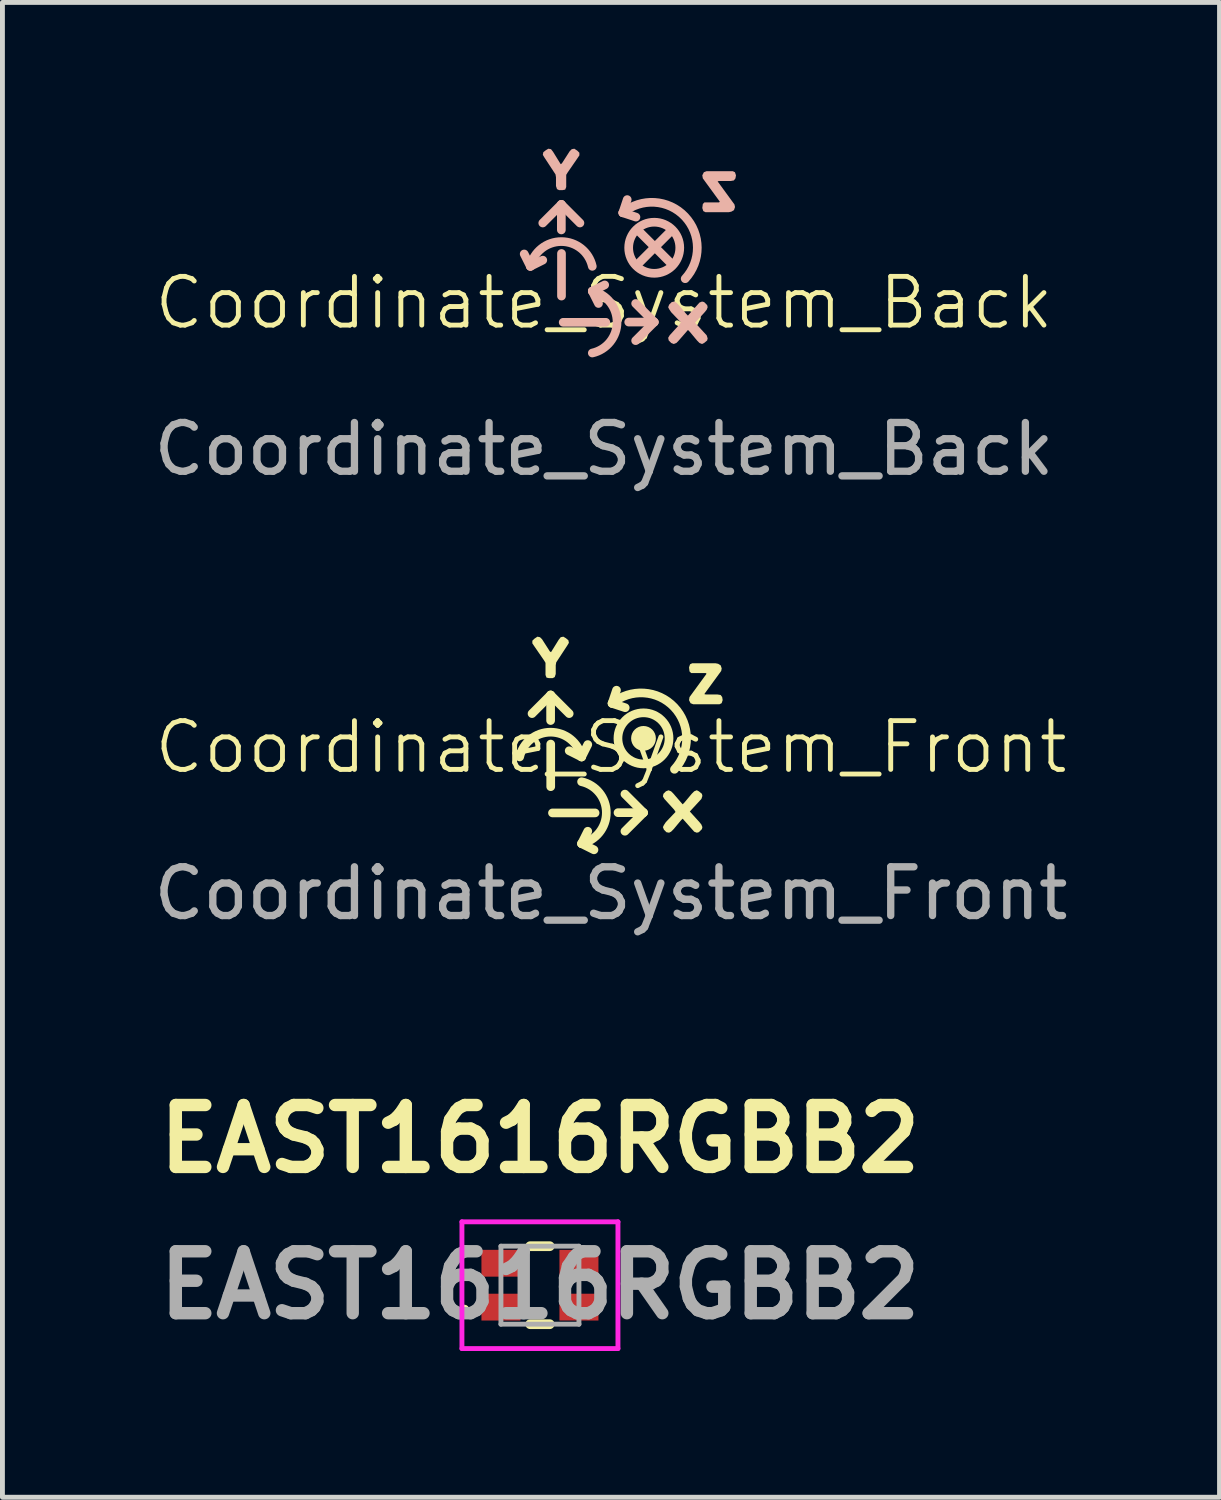
<source format=kicad_pcb>
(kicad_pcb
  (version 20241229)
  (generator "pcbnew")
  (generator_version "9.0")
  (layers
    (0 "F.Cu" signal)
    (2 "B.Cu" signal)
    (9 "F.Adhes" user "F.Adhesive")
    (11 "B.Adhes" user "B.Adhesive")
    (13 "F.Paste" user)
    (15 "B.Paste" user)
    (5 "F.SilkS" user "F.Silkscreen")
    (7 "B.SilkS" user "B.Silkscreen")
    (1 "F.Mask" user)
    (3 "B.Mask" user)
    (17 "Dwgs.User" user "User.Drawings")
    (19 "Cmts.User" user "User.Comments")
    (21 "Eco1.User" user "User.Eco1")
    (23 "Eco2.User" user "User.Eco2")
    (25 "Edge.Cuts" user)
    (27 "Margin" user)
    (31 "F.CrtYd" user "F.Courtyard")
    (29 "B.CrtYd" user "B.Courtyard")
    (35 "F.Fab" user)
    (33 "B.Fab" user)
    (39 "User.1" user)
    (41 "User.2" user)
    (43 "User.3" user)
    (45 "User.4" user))
  (footprint "EAST1616RGBB2"
    (layer "F.Cu")
    (at 8.025 23.311)
    (property "Reference" "EAST1616RGBB2" (at 0 -3 0) (layer "F.SilkS") (effects (font (size 1.27 1.27) (thickness 0.254))))
    (attr smd)
    (fp_line (start -0.2 -0.8) (end 0.2 -0.8) (stroke (width 0.2) (type solid)) (layer "F.SilkS"))
    (fp_line (start -0.2 0.8) (end 0.2 0.8) (stroke (width 0.2) (type solid)) (layer "F.SilkS"))
    (fp_arc (start -1.6 0.5) (mid -1.55 0.45) (end -1.5 0.5) (stroke (width 0.1) (type solid)) (layer "F.SilkS"))
    (fp_arc (start -1.5 0.5) (mid -1.55 0.55) (end -1.6 0.5) (stroke (width 0.1) (type solid)) (layer "F.SilkS"))
    (fp_line (start -1.6 -1.3) (end -1.6 1.3) (stroke (width 0.1) (type solid)) (layer "F.CrtYd"))
    (fp_line (start -1.6 1.3) (end 1.6 1.3) (stroke (width 0.1) (type solid)) (layer "F.CrtYd"))
    (fp_line (start 1.6 -1.3) (end -1.6 -1.3) (stroke (width 0.1) (type solid)) (layer "F.CrtYd"))
    (fp_line (start 1.6 1.3) (end 1.6 -1.3) (stroke (width 0.1) (type solid)) (layer "F.CrtYd"))
    (fp_line (start -0.8 -0.8) (end 0.8 -0.8) (stroke (width 0.1) (type solid)) (layer "F.Fab"))
    (fp_line (start -0.8 0.8) (end -0.8 -0.8) (stroke (width 0.1) (type solid)) (layer "F.Fab"))
    (fp_line (start 0.8 -0.8) (end 0.8 0.8) (stroke (width 0.1) (type solid)) (layer "F.Fab"))
    (fp_line (start 0.8 0.8) (end -0.8 0.8) (stroke (width 0.1) (type solid)) (layer "F.Fab"))
    (fp_text user "${REFERENCE}" (at 0 0 0) (layer "F.Fab") (effects (font (size 1.27 1.27) (thickness 0.254))))
    (pad "1" smd rect (at -0.8 0.45 90) (size 0.55 0.8) (layers "F.Cu" "F.Mask" "F.Paste"))
    (pad "2" smd rect (at -0.8 -0.45 90) (size 0.55 0.8) (layers "F.Cu" "F.Mask" "F.Paste"))
    (pad "3" smd rect (at 0.8 -0.45 90) (size 0.55 0.8) (layers "F.Cu" "F.Mask" "F.Paste"))
    (pad "4" smd rect (at 0.8 0.45 90) (size 0.55 0.8) (layers "F.Cu" "F.Mask" "F.Paste")))
  (footprint "Coordinate_System_Back"
    (layer "F.Cu")
    (at 9.339 3.661)
    (property "Reference" "Coordinate_System_Back" (at 0 -0.5 0) (unlocked yes) (layer "F.SilkS") (effects (font (size 1 1) (thickness 0.1))))
    (attr smd)
    (fp_line (start -1.637 -1.502) (end -1.51 -1.248) (stroke (width 0.178) (type solid)) (layer "B.SilkS"))
    (fp_line (start -1.51 -1.248) (end -1.256 -1.375) (stroke (width 0.178) (type solid)) (layer "B.SilkS"))
    (fp_line (start -0.875 -2.518) (end -1.256 -2.137) (stroke (width 0.178) (type solid)) (layer "B.SilkS"))
    (fp_line (start -0.875 -2.518) (end -0.875 -1.995) (stroke (width 0.178) (type solid)) (layer "B.SilkS"))
    (fp_line (start -0.875 -2.518) (end -0.494 -2.137) (stroke (width 0.178) (type solid)) (layer "B.SilkS"))
    (fp_line (start -0.872 -1.512) (end -0.872 -0.638) (stroke (width 0.178) (type solid)) (layer "B.SilkS"))
    (fp_line (start -0.837 -0.1) (end 0.037 -0.1) (stroke (width 0.178) (type solid)) (layer "B.SilkS"))
    (fp_line (start -0.24 -0.74) (end -0.113 -0.486) (stroke (width 0.178) (type solid)) (layer "B.SilkS"))
    (fp_line (start 0.014 -0.867) (end -0.24 -0.74) (stroke (width 0.178) (type solid)) (layer "B.SilkS"))
    (fp_line (start 0.386 -2.347) (end 0.655 -2.258) (stroke (width 0.178) (type solid)) (layer "B.SilkS"))
    (fp_line (start 0.476 -2.617) (end 0.386 -2.347) (stroke (width 0.178) (type solid)) (layer "B.SilkS"))
    (fp_line (start 0.725 -1.324) (end 1.36 -1.959) (stroke (width 0.178) (type solid)) (layer "B.SilkS"))
    (fp_line (start 1.03 -0.105) (end 0.507 -0.105) (stroke (width 0.178) (type solid)) (layer "B.SilkS"))
    (fp_line (start 1.03 -0.105) (end 0.649 -0.486) (stroke (width 0.178) (type solid)) (layer "B.SilkS"))
    (fp_line (start 1.03 -0.105) (end 0.649 0.276) (stroke (width 0.178) (type solid)) (layer "B.SilkS"))
    (fp_line (start 1.36 -1.324) (end 0.725 -1.959) (stroke (width 0.178) (type solid)) (layer "B.SilkS"))
    (fp_arc (start -1.509981 -1.248077) (mid -0.874982 -1.756078) (end -0.239981 -1.248079) (stroke (width 0.1778) (type solid)) (layer "B.SilkS"))
    (fp_arc (start -0.239983 -0.740079) (mid 0.268018 -0.10508) (end -0.239981 0.529921) (stroke (width 0.1778) (type solid)) (layer "B.SilkS"))
    (fp_arc (start 0.385995 -2.347497) (mid 1.659519 -2.26995) (end 1.665019 -0.994079) (stroke (width 0.1778) (type solid)) (layer "B.SilkS"))
    (fp_circle (center 1.03 -1.629) (end 1.554 -1.629) (stroke (width 0.178) (type solid)) (fill no) (layer "B.SilkS"))
    (fp_poly (pts (xy 2.613 -2.37) (xy 2.666 -2.401) (xy 2.687 -2.464) (xy 2.676 -2.517) (xy 2.33 -2.991) (xy 2.362 -2.999) (xy 2.602 -2.999) (xy 2.664 -3.01) (xy 2.696 -3.052) (xy 2.707 -3.115) (xy 2.686 -3.178) (xy 2.643 -3.199) (xy 2.101 -3.199) (xy 2.048 -3.178) (xy 2.016 -3.115) (xy 2.027 -3.052) (xy 2.375 -2.575) (xy 2.359 -2.559) (xy 2.059 -2.559) (xy 2.027 -2.527) (xy 2.016 -2.444) (xy 2.037 -2.381) (xy 2.08 -2.359) (xy 2.562 -2.359)) (stroke (width 0) (type default)) (fill yes) (layer "B.SilkS"))
    (fp_poly (pts (xy -0.662 -3.651) (xy -0.704 -3.609) (xy -0.864 -3.36) (xy -0.888 -3.343) (xy -1.046 -3.599) (xy -1.087 -3.651) (xy -1.141 -3.661) (xy -1.193 -3.63) (xy -1.245 -3.589) (xy -1.255 -3.535) (xy -1.224 -3.483) (xy -0.995 -3.134) (xy -0.985 -3.076) (xy -0.985 -2.895) (xy -0.964 -2.832) (xy -0.921 -2.811) (xy -0.85 -2.811) (xy -0.796 -2.822) (xy -0.775 -2.875) (xy -0.775 -3.125) (xy -0.746 -3.173) (xy -0.546 -3.463) (xy -0.505 -3.524) (xy -0.505 -3.578) (xy -0.547 -3.62) (xy -0.609 -3.661)) (stroke (width 0) (type default)) (fill yes) (layer "B.SilkS"))
    (fp_poly (pts (xy 2.054 0.324) (xy 2.116 0.272) (xy 2.126 0.229) (xy 2.106 0.167) (xy 1.868 -0.091) (xy 2.065 -0.307) (xy 2.106 -0.358) (xy 2.126 -0.41) (xy 2.116 -0.453) (xy 2.054 -0.515) (xy 2.011 -0.526) (xy 1.958 -0.505) (xy 1.721 -0.238) (xy 1.685 -0.274) (xy 1.535 -0.454) (xy 1.484 -0.505) (xy 1.442 -0.526) (xy 1.389 -0.515) (xy 1.337 -0.464) (xy 1.316 -0.41) (xy 1.337 -0.368) (xy 1.377 -0.308) (xy 1.575 -0.1) (xy 1.547 -0.054) (xy 1.347 0.166) (xy 1.316 0.218) (xy 1.327 0.272) (xy 1.378 0.324) (xy 1.431 0.345) (xy 1.484 0.324) (xy 1.525 0.283) (xy 1.722 0.057) (xy 1.758 0.093) (xy 1.908 0.273) (xy 1.958 0.324) (xy 2.011 0.345)) (stroke (width 0) (type default)) (fill yes) (layer "B.SilkS"))
    (fp_text user "${REFERENCE}" (at 0 2.5 0) (unlocked yes) (layer "F.Fab") (effects (font (size 1 1) (thickness 0.15)))))
  (footprint "Coordinate_System_Front"
    (layer "F.Cu")
    (at 9.482 12.774)
    (property "Reference" "Coordinate_System_Front" (at 0 -0.5 0) (unlocked yes) (layer "F.SilkS") (effects (font (size 1 1) (thickness 0.1))))
    (attr smd)
    (fp_line (start -1.238 -1.568) (end -1.619 -1.187) (stroke (width 0.178) (type solid)) (layer "F.SilkS"))
    (fp_line (start -1.238 -1.568) (end -1.238 -1.045) (stroke (width 0.178) (type solid)) (layer "F.SilkS"))
    (fp_line (start -1.238 -1.568) (end -0.857 -1.187) (stroke (width 0.178) (type solid)) (layer "F.SilkS"))
    (fp_line (start -1.236 -0.562) (end -1.236 0.312) (stroke (width 0.178) (type solid)) (layer "F.SilkS"))
    (fp_line (start -1.2 0.85) (end -0.326 0.85) (stroke (width 0.178) (type solid)) (layer "F.SilkS"))
    (fp_line (start -0.603 -0.298) (end -0.857 -0.425) (stroke (width 0.178) (type solid)) (layer "F.SilkS"))
    (fp_line (start -0.603 1.48) (end -0.476 1.226) (stroke (width 0.178) (type solid)) (layer "F.SilkS"))
    (fp_line (start -0.476 -0.552) (end -0.603 -0.298) (stroke (width 0.178) (type solid)) (layer "F.SilkS"))
    (fp_line (start -0.349 1.607) (end -0.603 1.48) (stroke (width 0.178) (type solid)) (layer "F.SilkS"))
    (fp_line (start 0.023 -1.397) (end 0.292 -1.308) (stroke (width 0.178) (type solid)) (layer "F.SilkS"))
    (fp_line (start 0.113 -1.667) (end 0.023 -1.397) (stroke (width 0.178) (type solid)) (layer "F.SilkS"))
    (fp_line (start 0.667 0.845) (end 0.144 0.845) (stroke (width 0.178) (type solid)) (layer "F.SilkS"))
    (fp_line (start 0.667 0.845) (end 0.286 0.464) (stroke (width 0.178) (type solid)) (layer "F.SilkS"))
    (fp_line (start 0.667 0.845) (end 0.286 1.226) (stroke (width 0.178) (type solid)) (layer "F.SilkS"))
    (fp_arc (start -1.8731 -0.298079) (mid -1.238099 -0.806078) (end -0.6031 -0.298077) (stroke (width 0.1778) (type solid)) (layer "F.SilkS"))
    (fp_arc (start -0.6031 0.209921) (mid -0.095101 0.844922) (end -0.603102 1.479921) (stroke (width 0.1778) (type solid)) (layer "F.SilkS"))
    (fp_arc (start 0.022876 -1.397497) (mid 1.2964 -1.31995) (end 1.3019 -0.044079) (stroke (width 0.1778) (type solid)) (layer "F.SilkS"))
    (fp_circle (center 0.667 -0.679) (end 0.794 -0.679) (stroke (width 0.254) (type solid)) (fill no) (layer "F.SilkS"))
    (fp_circle (center 0.667 -0.679) (end 1.191 -0.679) (stroke (width 0.178) (type solid)) (fill no) (layer "F.SilkS"))
    (fp_poly (pts (xy 2.198 -2.209) (xy 2.25 -2.177) (xy 2.271 -2.114) (xy 2.261 -2.062) (xy 1.914 -1.587) (xy 1.947 -1.579) (xy 2.186 -1.579) (xy 2.249 -1.569) (xy 2.281 -1.526) (xy 2.291 -1.464) (xy 2.27 -1.401) (xy 2.227 -1.379) (xy 1.685 -1.379) (xy 1.632 -1.4) (xy 1.601 -1.463) (xy 1.611 -1.526) (xy 1.96 -2.004) (xy 1.944 -2.019) (xy 1.644 -2.019) (xy 1.611 -2.052) (xy 1.601 -2.135) (xy 1.622 -2.198) (xy 1.665 -2.219) (xy 2.147 -2.219)) (stroke (width 0) (type default)) (fill yes) (layer "F.SilkS"))
    (fp_poly (pts (xy -1.456 -2.754) (xy -1.414 -2.713) (xy -1.254 -2.463) (xy -1.23 -2.447) (xy -1.072 -2.702) (xy -1.031 -2.754) (xy -0.977 -2.765) (xy -0.925 -2.734) (xy -0.874 -2.692) (xy -0.863 -2.639) (xy -0.894 -2.587) (xy -1.123 -2.238) (xy -1.133 -2.179) (xy -1.133 -1.999) (xy -1.154 -1.936) (xy -1.197 -1.914) (xy -1.269 -1.914) (xy -1.322 -1.925) (xy -1.343 -1.979) (xy -1.343 -2.228) (xy -1.372 -2.277) (xy -1.572 -2.567) (xy -1.613 -2.628) (xy -1.613 -2.682) (xy -1.571 -2.723) (xy -1.509 -2.765)) (stroke (width 0) (type default)) (fill yes) (layer "F.SilkS"))
    (fp_poly (pts (xy 1.803 0.407) (xy 1.865 0.458) (xy 1.875 0.501) (xy 1.855 0.563) (xy 1.617 0.821) (xy 1.814 1.038) (xy 1.854 1.088) (xy 1.875 1.141) (xy 1.865 1.183) (xy 1.803 1.245) (xy 1.76 1.256) (xy 1.707 1.235) (xy 1.47 0.968) (xy 1.434 1.004) (xy 1.284 1.184) (xy 1.233 1.235) (xy 1.191 1.256) (xy 1.138 1.246) (xy 1.086 1.194) (xy 1.065 1.141) (xy 1.086 1.098) (xy 1.126 1.038) (xy 1.324 0.83) (xy 1.296 0.784) (xy 1.096 0.564) (xy 1.065 0.512) (xy 1.076 0.458) (xy 1.127 0.407) (xy 1.18 0.386) (xy 1.233 0.407) (xy 1.274 0.447) (xy 1.47 0.674) (xy 1.506 0.638) (xy 1.656 0.458) (xy 1.707 0.407) (xy 1.76 0.385)) (stroke (width 0) (type default)) (fill yes) (layer "F.SilkS"))
    (fp_text user "${REFERENCE}" (at 0 2.5 0) (unlocked yes) (layer "F.Fab") (effects (font (size 1 1) (thickness 0.15)))))
  (gr_rect
    (start -3 -3)
    (end 21.964 27.661)
    (stroke (width 0.1) (type default))
    (fill no)
    (layer "Edge.Cuts")))
</source>
